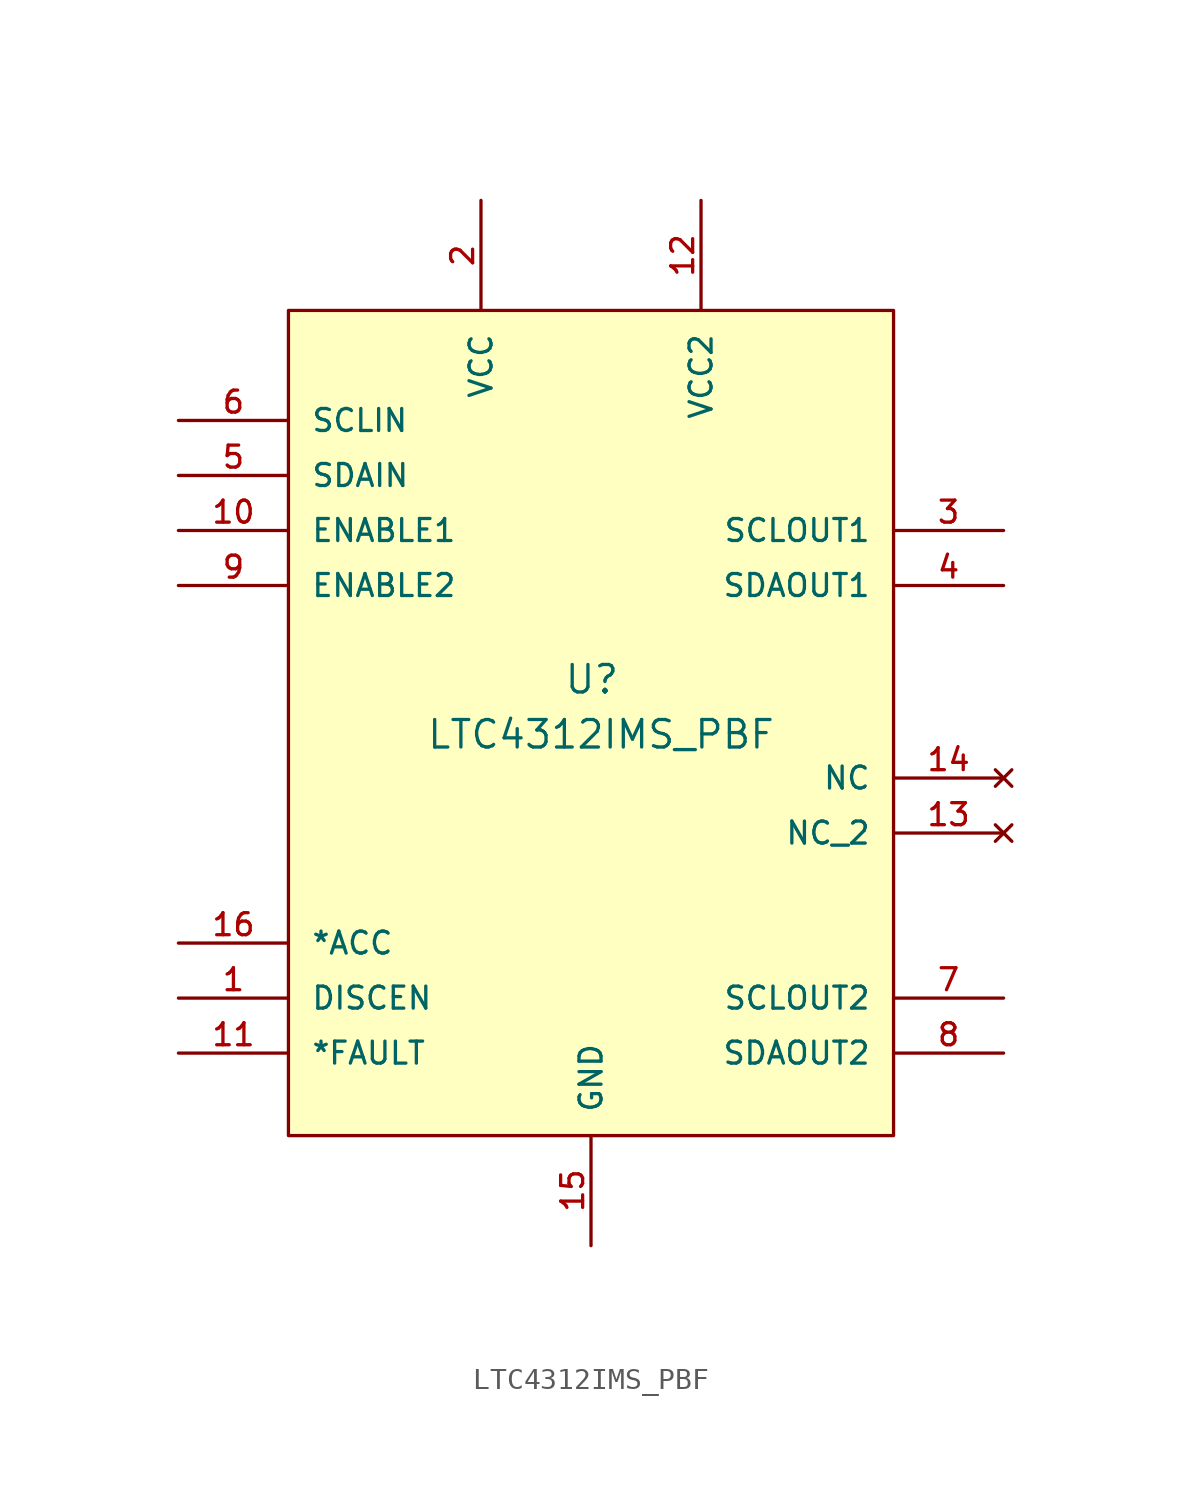
<source format=kicad_sym>
(kicad_symbol_lib
  (version 20220914)
  (generator kicad_symbol_editor)
  (symbol "LTC4312IMS_PBF"
    (pin_names
      (offset 1.016))
    (property "Reference" "U"
      (at -1.27 0 0)
      (effects (font (size 1.27 1.27)) (justify left bottom)))
    (property "Value" "LTC4312IMS_PBF"
      (at -7.62 -2.54 0)
      (effects (font (size 1.27 1.27)) (justify left bottom)))
    (symbol "LTC4312IMS_PBF_0_0"
      (rectangle (start -13.97 17.78) (end 13.97 -20.32) (stroke (width 0.152) (type default)) (fill (type background))))
    (symbol "LTC4312IMS_PBF_1_0"
      (pin input line (at -19.05 -13.97 0) (length 5.08) (name "DISCEN" (effects (font (size 1.016 1.016)))) (number "1" (effects (font (size 1.016 1.016)))))
      (pin bidirectional line (at -19.05 7.62 0) (length 5.08) (name "ENABLE1" (effects (font (size 1.016 1.016)))) (number "10" (effects (font (size 1.016 1.016)))))
      (pin output line (at -19.05 -16.51 0) (length 5.08) (name "*FAULT" (effects (font (size 1.016 1.016)))) (number "11" (effects (font (size 1.016 1.016)))))
      (pin power_in line (at 5.08 22.86 270) (length 5.08) (name "VCC2" (effects (font (size 1.016 1.016)))) (number "12" (effects (font (size 1.016 1.016)))))
      (pin no_connect line (at 19.05 -6.35 180) (length 5.08) (name "NC_2" (effects (font (size 1.016 1.016)))) (number "13" (effects (font (size 1.016 1.016)))))
      (pin no_connect line (at 19.05 -3.81 180) (length 5.08) (name "NC" (effects (font (size 1.016 1.016)))) (number "14" (effects (font (size 1.016 1.016)))))
      (pin power_in line (at 0 -25.4 90) (length 5.08) (name "GND" (effects (font (size 1.016 1.016)))) (number "15" (effects (font (size 1.016 1.016)))))
      (pin passive line (at -19.05 -11.43 0) (length 5.08) (name "*ACC" (effects (font (size 1.016 1.016)))) (number "16" (effects (font (size 1.016 1.016)))))
      (pin power_in line (at -5.08 22.86 270) (length 5.08) (name "VCC" (effects (font (size 1.016 1.016)))) (number "2" (effects (font (size 1.016 1.016)))))
      (pin bidirectional line (at 19.05 7.62 180) (length 5.08) (name "SCLOUT1" (effects (font (size 1.016 1.016)))) (number "3" (effects (font (size 1.016 1.016)))))
      (pin bidirectional line (at 19.05 5.08 180) (length 5.08) (name "SDAOUT1" (effects (font (size 1.016 1.016)))) (number "4" (effects (font (size 1.016 1.016)))))
      (pin bidirectional line (at -19.05 10.16 0) (length 5.08) (name "SDAIN" (effects (font (size 1.016 1.016)))) (number "5" (effects (font (size 1.016 1.016)))))
      (pin bidirectional line (at -19.05 12.7 0) (length 5.08) (name "SCLIN" (effects (font (size 1.016 1.016)))) (number "6" (effects (font (size 1.016 1.016)))))
      (pin bidirectional line (at 19.05 -13.97 180) (length 5.08) (name "SCLOUT2" (effects (font (size 1.016 1.016)))) (number "7" (effects (font (size 1.016 1.016)))))
      (pin bidirectional line (at 19.05 -16.51 180) (length 5.08) (name "SDAOUT2" (effects (font (size 1.016 1.016)))) (number "8" (effects (font (size 1.016 1.016)))))
      (pin bidirectional line (at -19.05 5.08 0) (length 5.08) (name "ENABLE2" (effects (font (size 1.016 1.016)))) (number "9" (effects (font (size 1.016 1.016))))))))
</source>
